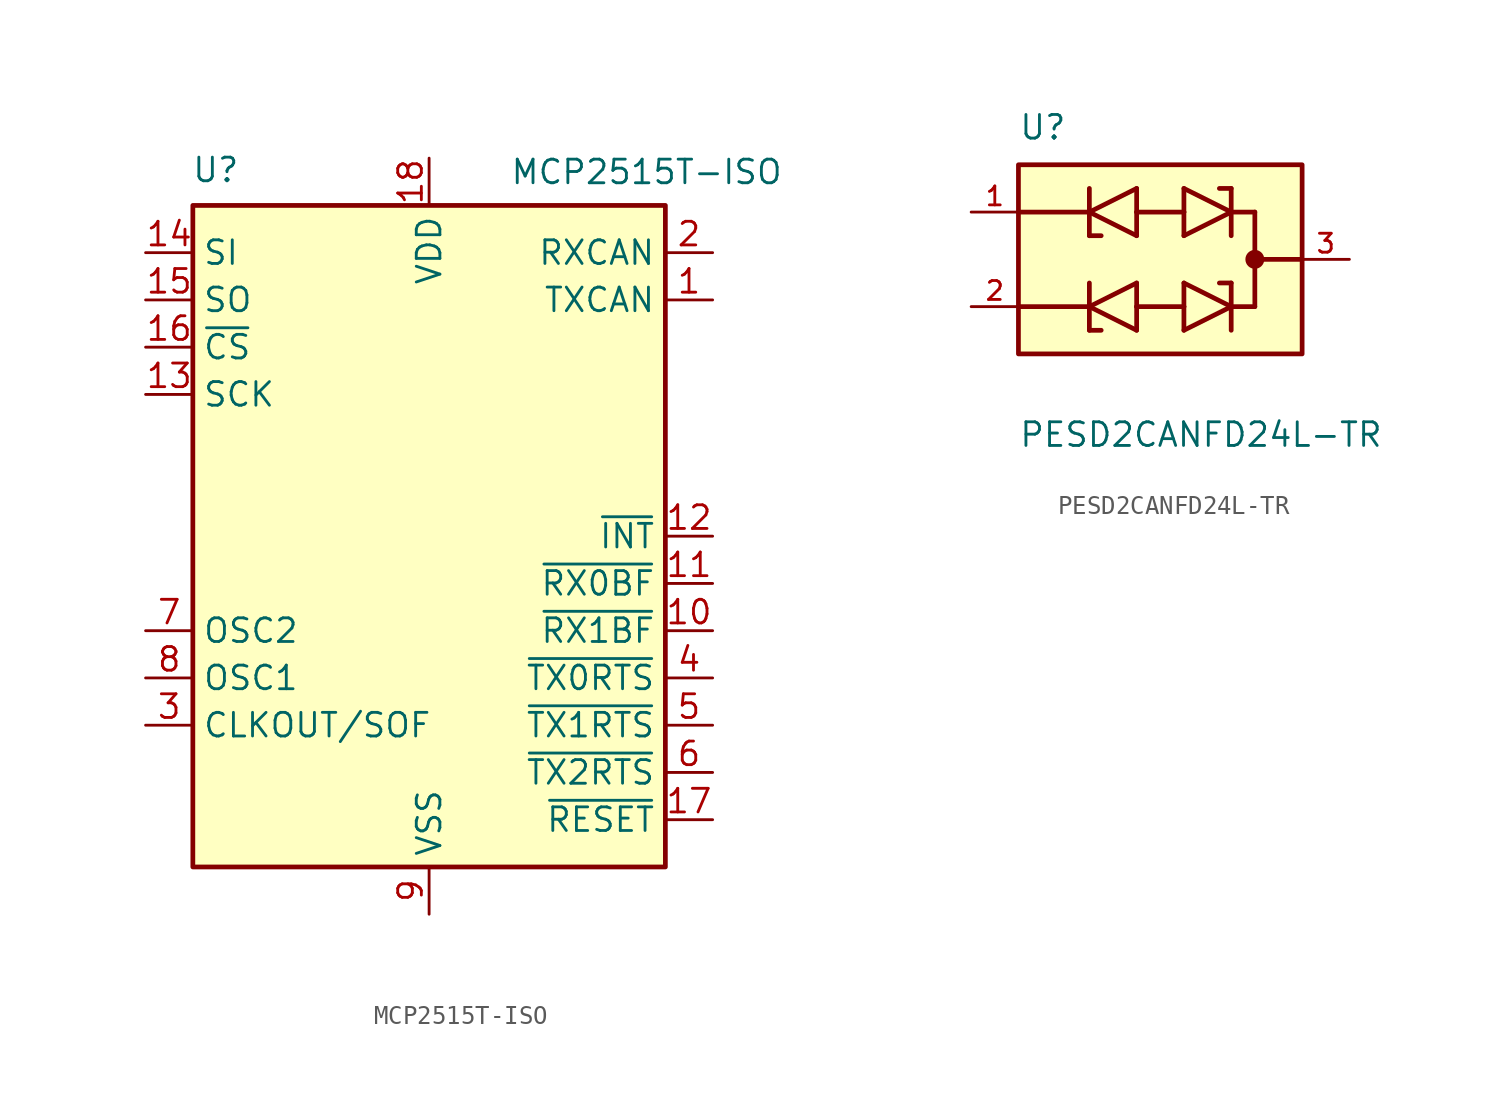
<source format=kicad_sym>
(kicad_symbol_lib
  (version 20220914)
  (generator kicad_db_lib)
  (symbol "MCP2515T-ISO"
    (property "Reference" "U"
      (at -10.16 19.685 0)
      (effects (font (size 1.27 1.27)) (justify right)))
    (property "Value" "MCP2515T-ISO"
      (at 19.05 20.32 0)
      (effects (font (size 1.27 1.27)) (justify right top)))
    (symbol "MCP2515T-ISO_0_1"
      (rectangle (start -12.7 17.78) (end 12.7 -17.78) (stroke (width 0.254) (type default)) (fill (type background))))
    (symbol "MCP2515T-ISO_1_1"
      (pin output line (at 15.24 12.7 180) (length 2.54) (name "TXCAN" (effects (font (size 1.27 1.27)))) (number "1" (effects (font (size 1.27 1.27)))))
      (pin output line (at 15.24 -5.08 180) (length 2.54) (name "~{RX1BF}" (effects (font (size 1.27 1.27)))) (number "10" (effects (font (size 1.27 1.27)))))
      (pin output line (at 15.24 -2.54 180) (length 2.54) (name "~{RX0BF}" (effects (font (size 1.27 1.27)))) (number "11" (effects (font (size 1.27 1.27)))))
      (pin output line (at 15.24 0 180) (length 2.54) (name "~{INT}" (effects (font (size 1.27 1.27)))) (number "12" (effects (font (size 1.27 1.27)))))
      (pin input line (at -15.24 7.62 0) (length 2.54) (name "SCK" (effects (font (size 1.27 1.27)))) (number "13" (effects (font (size 1.27 1.27)))))
      (pin input line (at -15.24 15.24 0) (length 2.54) (name "SI" (effects (font (size 1.27 1.27)))) (number "14" (effects (font (size 1.27 1.27)))))
      (pin output line (at -15.24 12.7 0) (length 2.54) (name "SO" (effects (font (size 1.27 1.27)))) (number "15" (effects (font (size 1.27 1.27)))))
      (pin input line (at -15.24 10.16 0) (length 2.54) (name "~{CS}" (effects (font (size 1.27 1.27)))) (number "16" (effects (font (size 1.27 1.27)))))
      (pin input line (at 15.24 -15.24 180) (length 2.54) (name "~{RESET}" (effects (font (size 1.27 1.27)))) (number "17" (effects (font (size 1.27 1.27)))))
      (pin power_in line (at 0 20.32 270) (length 2.54) (name "VDD" (effects (font (size 1.27 1.27)))) (number "18" (effects (font (size 1.27 1.27)))))
      (pin input line (at 15.24 15.24 180) (length 2.54) (name "RXCAN" (effects (font (size 1.27 1.27)))) (number "2" (effects (font (size 1.27 1.27)))))
      (pin output line (at -15.24 -10.16 0) (length 2.54) (name "CLKOUT/SOF" (effects (font (size 1.27 1.27)))) (number "3" (effects (font (size 1.27 1.27)))))
      (pin input line (at 15.24 -7.62 180) (length 2.54) (name "~{TX0RTS}" (effects (font (size 1.27 1.27)))) (number "4" (effects (font (size 1.27 1.27)))))
      (pin input line (at 15.24 -10.16 180) (length 2.54) (name "~{TX1RTS}" (effects (font (size 1.27 1.27)))) (number "5" (effects (font (size 1.27 1.27)))))
      (pin input line (at 15.24 -12.7 180) (length 2.54) (name "~{TX2RTS}" (effects (font (size 1.27 1.27)))) (number "6" (effects (font (size 1.27 1.27)))))
      (pin output line (at -15.24 -5.08 0) (length 2.54) (name "OSC2" (effects (font (size 1.27 1.27)))) (number "7" (effects (font (size 1.27 1.27)))))
      (pin input line (at -15.24 -7.62 0) (length 2.54) (name "OSC1" (effects (font (size 1.27 1.27)))) (number "8" (effects (font (size 1.27 1.27)))))
      (pin power_in line (at 0 -20.32 90) (length 2.54) (name "VSS" (effects (font (size 1.27 1.27)))) (number "9" (effects (font (size 1.27 1.27)))))))
  (symbol "PESD2CANFD24L-TR"
    (pin_names
      (offset 1.016))
    (property "Reference" "U"
      (at -7.62 6.35 0)
      (effects (font (size 1.27 1.27)) (justify left bottom)))
    (property "Value" "PESD2CANFD24L-TR"
      (at -7.62 -10.16 0)
      (effects (font (size 1.27 1.27)) (justify left bottom)))
    (symbol "PESD2CANFD24L-TR_0_0"
      (rectangle (start -7.62 -5.08) (end 7.62 5.08) (stroke (width 0.254) (type default)) (fill (type background)))
      (polyline (pts (xy -7.62 -2.54) (xy -3.81 -2.54)) (stroke (width 0.254) (type default)) (fill (type none)))
      (polyline (pts (xy -7.62 2.54) (xy -3.81 2.54)) (stroke (width 0.254) (type default)) (fill (type none)))
      (polyline (pts (xy -3.81 -3.81) (xy -3.81 -2.54)) (stroke (width 0.254) (type default)) (fill (type none)))
      (polyline (pts (xy -3.81 -2.54) (xy -3.81 -1.27)) (stroke (width 0.254) (type default)) (fill (type none)))
      (polyline (pts (xy -3.81 -2.54) (xy -1.27 -3.81)) (stroke (width 0.254) (type default)) (fill (type none)))
      (polyline (pts (xy -3.81 1.27) (xy -3.81 2.54)) (stroke (width 0.254) (type default)) (fill (type none)))
      (polyline (pts (xy -3.81 2.54) (xy -3.81 3.81)) (stroke (width 0.254) (type default)) (fill (type none)))
      (polyline (pts (xy -3.81 2.54) (xy -1.27 1.27)) (stroke (width 0.254) (type default)) (fill (type none)))
      (polyline (pts (xy -3.175 -3.81) (xy -3.81 -3.81)) (stroke (width 0.254) (type default)) (fill (type none)))
      (polyline (pts (xy -3.175 1.27) (xy -3.81 1.27)) (stroke (width 0.254) (type default)) (fill (type none)))
      (polyline (pts (xy -1.27 -3.81) (xy -1.27 -2.54)) (stroke (width 0.254) (type default)) (fill (type none)))
      (polyline (pts (xy -1.27 -2.54) (xy -1.27 -1.27)) (stroke (width 0.254) (type default)) (fill (type none)))
      (polyline (pts (xy -1.27 -2.54) (xy 1.27 -2.54)) (stroke (width 0.254) (type default)) (fill (type none)))
      (polyline (pts (xy -1.27 -1.27) (xy -3.81 -2.54)) (stroke (width 0.254) (type default)) (fill (type none)))
      (polyline (pts (xy -1.27 1.27) (xy -1.27 2.54)) (stroke (width 0.254) (type default)) (fill (type none)))
      (polyline (pts (xy -1.27 2.54) (xy -1.27 3.81)) (stroke (width 0.254) (type default)) (fill (type none)))
      (polyline (pts (xy -1.27 2.54) (xy 1.27 2.54)) (stroke (width 0.254) (type default)) (fill (type none)))
      (polyline (pts (xy -1.27 3.81) (xy -3.81 2.54)) (stroke (width 0.254) (type default)) (fill (type none)))
      (polyline (pts (xy 1.27 -3.81) (xy 3.81 -2.54)) (stroke (width 0.254) (type default)) (fill (type none)))
      (polyline (pts (xy 1.27 -2.54) (xy 1.27 -3.81)) (stroke (width 0.254) (type default)) (fill (type none)))
      (polyline (pts (xy 1.27 -1.27) (xy 1.27 -2.54)) (stroke (width 0.254) (type default)) (fill (type none)))
      (polyline (pts (xy 1.27 1.27) (xy 3.81 2.54)) (stroke (width 0.254) (type default)) (fill (type none)))
      (polyline (pts (xy 1.27 2.54) (xy 1.27 1.27)) (stroke (width 0.254) (type default)) (fill (type none)))
      (polyline (pts (xy 1.27 3.81) (xy 1.27 2.54)) (stroke (width 0.254) (type default)) (fill (type none)))
      (polyline (pts (xy 3.175 -1.27) (xy 3.81 -1.27)) (stroke (width 0.254) (type default)) (fill (type none)))
      (polyline (pts (xy 3.175 3.81) (xy 3.81 3.81)) (stroke (width 0.254) (type default)) (fill (type none)))
      (polyline (pts (xy 3.81 -2.54) (xy 1.27 -1.27)) (stroke (width 0.254) (type default)) (fill (type none)))
      (polyline (pts (xy 3.81 -2.54) (xy 3.81 -3.81)) (stroke (width 0.254) (type default)) (fill (type none)))
      (polyline (pts (xy 3.81 -1.27) (xy 3.81 -2.54)) (stroke (width 0.254) (type default)) (fill (type none)))
      (polyline (pts (xy 3.81 2.54) (xy 1.27 3.81)) (stroke (width 0.254) (type default)) (fill (type none)))
      (polyline (pts (xy 3.81 2.54) (xy 3.81 1.27)) (stroke (width 0.254) (type default)) (fill (type none)))
      (polyline (pts (xy 3.81 3.81) (xy 3.81 2.54)) (stroke (width 0.254) (type default)) (fill (type none)))
      (polyline (pts (xy 5.08 -2.54) (xy 3.81 -2.54)) (stroke (width 0.254) (type default)) (fill (type none)))
      (polyline (pts (xy 5.08 0) (xy 5.08 -2.54)) (stroke (width 0.254) (type default)) (fill (type none)))
      (polyline (pts (xy 5.08 0) (xy 7.62 0)) (stroke (width 0.254) (type default)) (fill (type none)))
      (polyline (pts (xy 5.08 2.54) (xy 3.81 2.54)) (stroke (width 0.254) (type default)) (fill (type none)))
      (polyline (pts (xy 5.08 2.54) (xy 5.08 0)) (stroke (width 0.254) (type default)) (fill (type none)))
      (circle (center 5.08 0) (radius 0.254) (stroke (width 0.508) (type default)) (fill (type none)))
      (pin passive line (at -10.16 2.54 0) (length 2.54) (name "~" (effects (font (size 1.016 1.016)))) (number "1" (effects (font (size 1.016 1.016)))))
      (pin passive line (at -10.16 -2.54 0) (length 2.54) (name "~" (effects (font (size 1.016 1.016)))) (number "2" (effects (font (size 1.016 1.016)))))
      (pin passive line (at 10.16 0 180) (length 2.54) (name "~" (effects (font (size 1.016 1.016)))) (number "3" (effects (font (size 1.016 1.016))))))))
</source>
